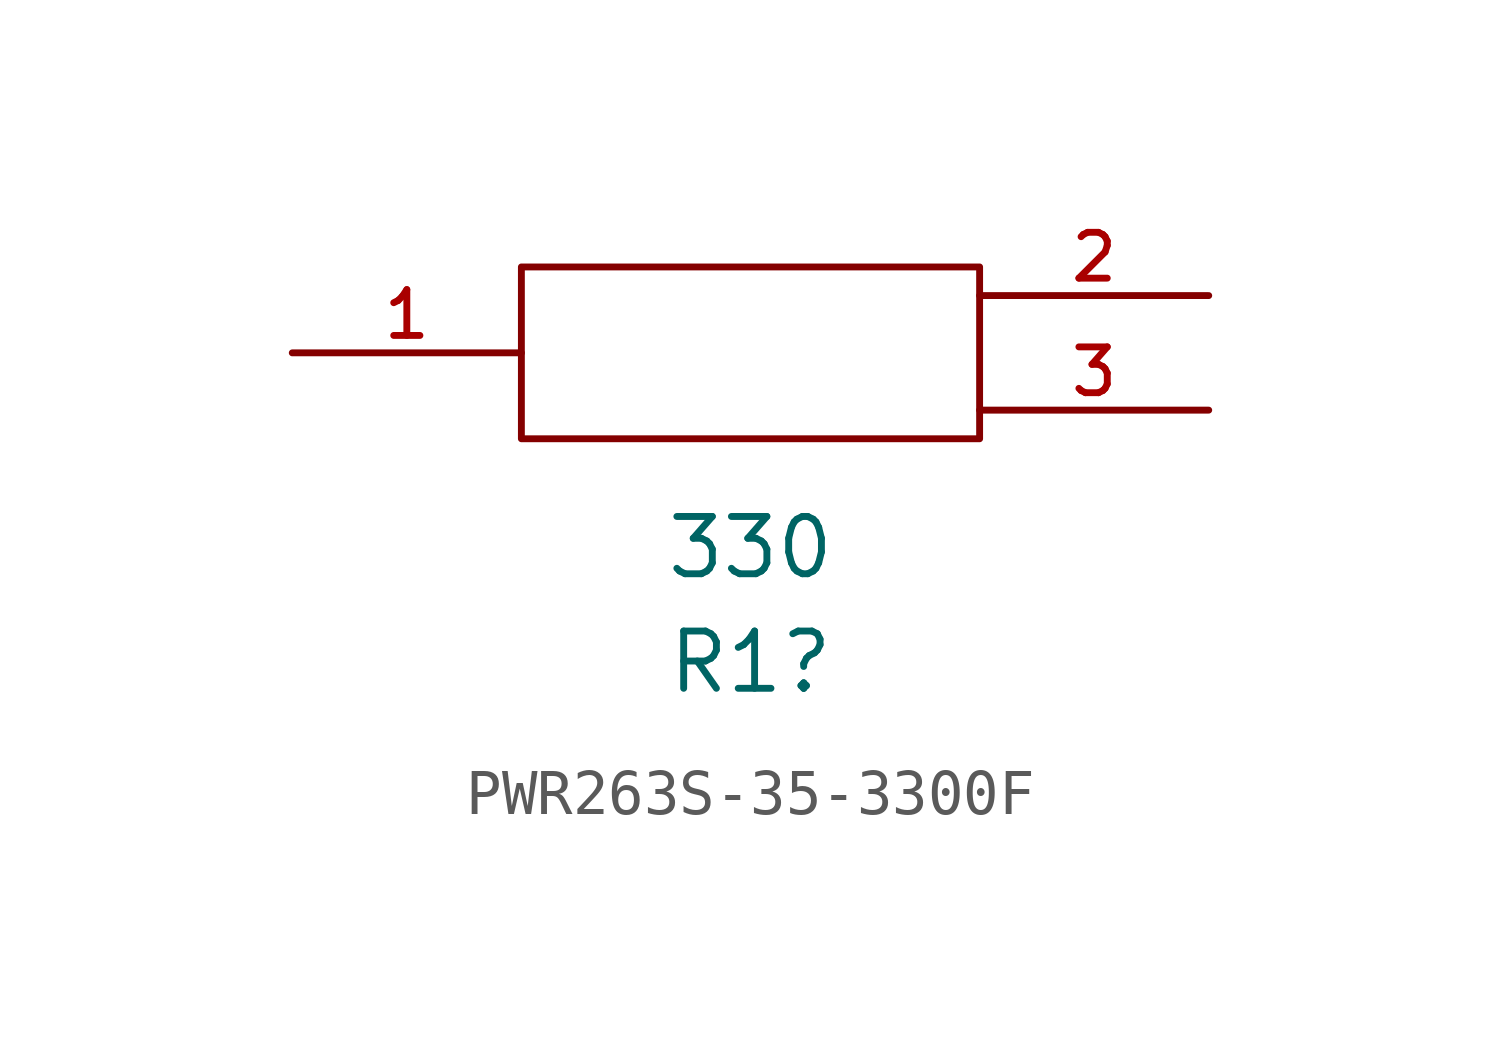
<source format=kicad_sym>
(kicad_symbol_lib
  (version 20241209)
  (generator "kicad_symbol_editor")
  (generator_version "9.0")
  (symbol "PWR263S-35-3300F"
    (pin_names
      (offset 1.016))
    (property "Reference" "R1"
      (at 0 -6.858 0)
      (effects (font (size 1.27 1.27))))
    (property "Value" "330"
      (at 0 -4.318 0)
      (effects (font (size 1.27 1.27))))
    (symbol "PWR263S-35-3300F_0_0"
      (pin passive line (at -10.16 0 0) (length 5.08) (name "~" (effects (font (size 1.016 1.016)))) (number "1" (effects (font (size 1.016 1.016)))))
      (pin passive line (at 10.16 1.27 180) (length 5.08) (name "~" (effects (font (size 1.016 1.016)))) (number "2" (effects (font (size 1.016 1.016))))))
    (symbol "PWR263S-35-3300F_0_1"
      (rectangle (start -5.08 1.905) (end 5.08 -1.905) (stroke (width 0) (type default)) (fill (type none))))
    (symbol "PWR263S-35-3300F_1_0"
      (pin passive line (at 10.16 -1.27 180) (length 5.08) (name "~" (effects (font (size 1.016 1.016)))) (number "3" (effects (font (size 1.016 1.016))))))))
</source>
